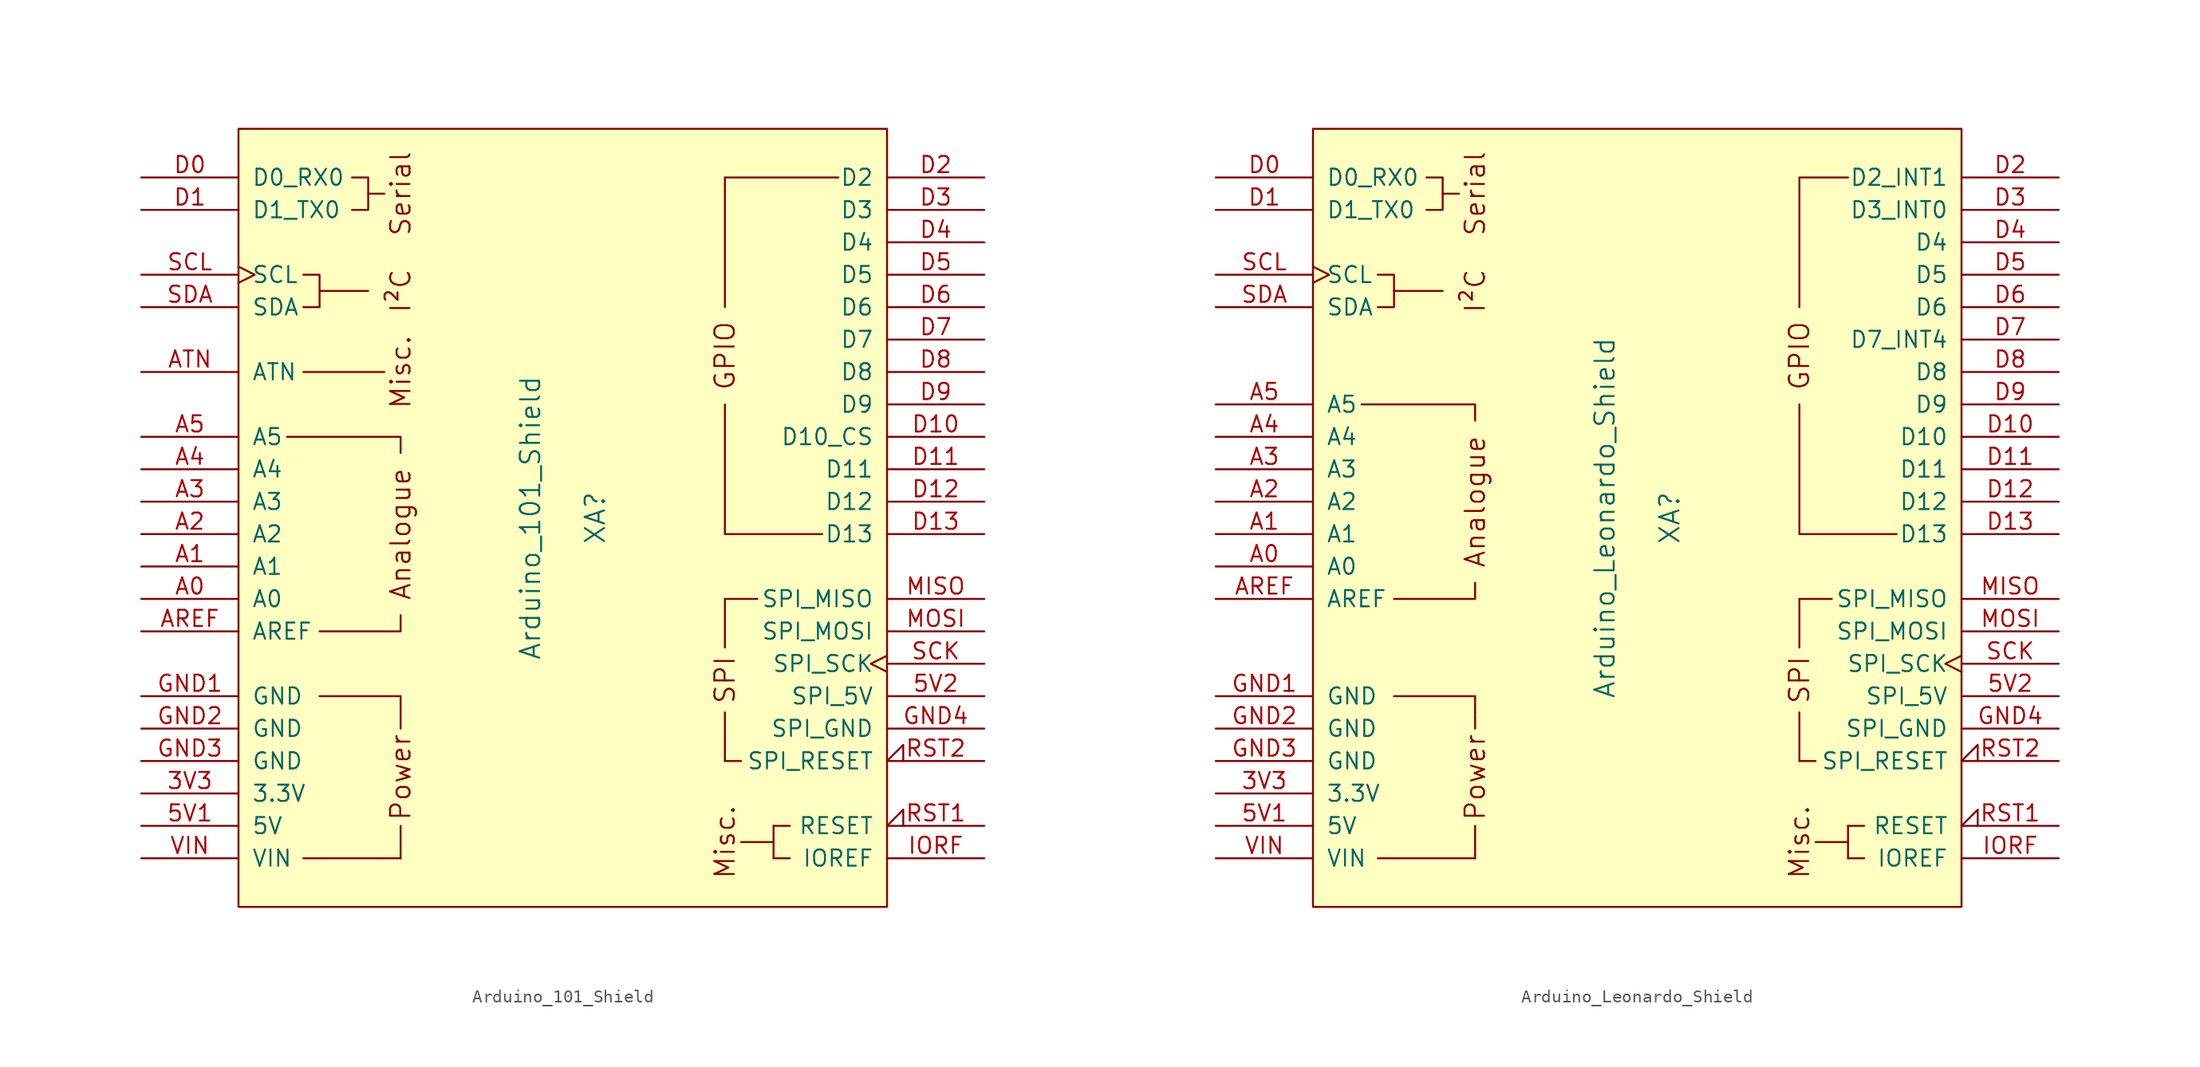
<source format=kicad_sym>
(kicad_symbol_lib
  (version 20220914)
  (generator kicad_symbol_editor)
  (symbol "Arduino_101_Shield"
    (pin_names
      (offset 1.016))
    (property "Reference" "XA"
      (at 2.54 0 90)
      (effects (font (size 1.524 1.524))))
    (property "Value" "Arduino_101_Shield"
      (at -2.54 0 90)
      (effects (font (size 1.524 1.524))))
    (symbol "Arduino_101_Shield_0_0"
      (rectangle (start -25.4 30.48) (end 25.4 -30.48) (stroke (width 0) (type solid)) (fill (type background)))
      (rectangle (start -20.32 -26.67) (end -12.7 -26.67) (stroke (width 0) (type solid)) (fill (type none)))
      (rectangle (start -19.05 -13.97) (end -12.7 -13.97) (stroke (width 0) (type solid)) (fill (type none)))
      (polyline (pts (xy -19.05 17.78) (xy -15.24 17.78)) (stroke (width 0) (type solid)) (fill (type none)))
      (polyline (pts (xy -15.24 25.4) (xy -13.97 25.4)) (stroke (width 0) (type solid)) (fill (type none)))
      (polyline (pts (xy -13.97 11.43) (xy -20.32 11.43)) (stroke (width 0) (type solid)) (fill (type none)))
      (polyline (pts (xy -12.7 -26.67) (xy -12.7 -24.13)) (stroke (width 0) (type solid)) (fill (type none)))
      (polyline (pts (xy -12.7 -15.24) (xy -12.7 -16.51)) (stroke (width 0) (type solid)) (fill (type none)))
      (polyline (pts (xy -12.7 -13.97) (xy -12.7 -15.24)) (stroke (width 0) (type solid)) (fill (type none)))
      (polyline (pts (xy -12.7 -7.62) (xy -12.7 -8.89) (xy -19.05 -8.89)) (stroke (width 0) (type solid)) (fill (type none)))
      (polyline (pts (xy -12.7 5.08) (xy -12.7 6.35) (xy -21.59 6.35)) (stroke (width 0) (type solid)) (fill (type none)))
      (polyline (pts (xy 12.7 8.89) (xy 12.7 -1.27) (xy 20.32 -1.27)) (stroke (width 0) (type solid)) (fill (type none)))
      (polyline (pts (xy 12.7 16.51) (xy 12.7 26.67) (xy 21.59 26.67)) (stroke (width 0) (type solid)) (fill (type none)))
      (polyline (pts (xy -20.32 19.05) (xy -19.05 19.05) (xy -19.05 16.51) (xy -20.32 16.51)) (stroke (width 0) (type solid)) (fill (type none)))
      (polyline (pts (xy -16.51 26.67) (xy -15.24 26.67) (xy -15.24 24.13) (xy -16.51 24.13)) (stroke (width 0) (type solid)) (fill (type none)))
      (rectangle (start 12.7 -19.05) (end 12.7 -15.24) (stroke (width 0) (type solid)) (fill (type none)))
      (rectangle (start 12.7 -10.16) (end 12.7 -6.35) (stroke (width 0) (type solid)) (fill (type none)))
      (rectangle (start 13.97 -19.05) (end 12.7 -19.05) (stroke (width 0) (type solid)) (fill (type none)))
      (rectangle (start 15.24 -6.35) (end 12.7 -6.35) (stroke (width 0) (type solid)) (fill (type none)))
      (rectangle (start 16.51 -25.4) (end 13.97 -25.4) (stroke (width 0) (type solid)) (fill (type none)))
      (rectangle (start 16.51 -24.13) (end 16.51 -26.67) (stroke (width 0) (type solid)) (fill (type none)))
      (rectangle (start 17.78 -26.67) (end 16.51 -26.67) (stroke (width 0) (type solid)) (fill (type none)))
      (rectangle (start 17.78 -24.13) (end 16.51 -24.13) (stroke (width 0) (type solid)) (fill (type none)))
      (text "Analogue" (at -12.7 -1.27 900) (effects (font (size 1.524 1.524))))
      (text "I²C" (at -12.7 17.78 900) (effects (font (size 1.524 1.524))))
      (text "Misc." (at -12.7 11.43 900) (effects (font (size 1.524 1.524))))
      (text "Misc." (at 12.7 -25.4 900) (effects (font (size 1.524 1.524))))
      (text "Power" (at -12.7 -20.32 900) (effects (font (size 1.524 1.524))))
      (text "Serial" (at -12.7 25.4 900) (effects (font (size 1.524 1.524))))
      (text "SPI" (at 12.7 -12.7 900) (effects (font (size 1.524 1.524)))))
    (symbol "Arduino_101_Shield_1_0"
      (text "GPIO" (at 12.7 12.7 900) (effects (font (size 1.524 1.524)))))
    (symbol "Arduino_101_Shield_1_1"
      (pin power_in line (at -33.02 -21.59 0) (length 7.62) (name "3.3V" (effects (font (size 1.27 1.27)))) (number "3V3" (effects (font (size 1.27 1.27)))))
      (pin power_in line (at -33.02 -24.13 0) (length 7.62) (name "5V" (effects (font (size 1.27 1.27)))) (number "5V1" (effects (font (size 1.27 1.27)))))
      (pin power_in line (at 33.02 -13.97 180) (length 7.62) (name "SPI_5V" (effects (font (size 1.27 1.27)))) (number "5V2" (effects (font (size 1.27 1.27)))))
      (pin bidirectional line (at -33.02 -6.35 0) (length 7.62) (name "A0" (effects (font (size 1.27 1.27)))) (number "A0" (effects (font (size 1.27 1.27)))))
      (pin bidirectional line (at -33.02 -3.81 0) (length 7.62) (name "A1" (effects (font (size 1.27 1.27)))) (number "A1" (effects (font (size 1.27 1.27)))))
      (pin bidirectional line (at -33.02 -1.27 0) (length 7.62) (name "A2" (effects (font (size 1.27 1.27)))) (number "A2" (effects (font (size 1.27 1.27)))))
      (pin bidirectional line (at -33.02 1.27 0) (length 7.62) (name "A3" (effects (font (size 1.27 1.27)))) (number "A3" (effects (font (size 1.27 1.27)))))
      (pin bidirectional line (at -33.02 3.81 0) (length 7.62) (name "A4" (effects (font (size 1.27 1.27)))) (number "A4" (effects (font (size 1.27 1.27)))))
      (pin bidirectional line (at -33.02 6.35 0) (length 7.62) (name "A5" (effects (font (size 1.27 1.27)))) (number "A5" (effects (font (size 1.27 1.27)))))
      (pin input line (at -33.02 -8.89 0) (length 7.62) (name "AREF" (effects (font (size 1.27 1.27)))) (number "AREF" (effects (font (size 1.27 1.27)))))
      (pin bidirectional line (at -33.02 11.43 0) (length 7.62) (name "ATN" (effects (font (size 1.27 1.27)))) (number "ATN" (effects (font (size 1.27 1.27)))))
      (pin bidirectional line (at -33.02 26.67 0) (length 7.62) (name "D0_RX0" (effects (font (size 1.27 1.27)))) (number "D0" (effects (font (size 1.27 1.27)))))
      (pin bidirectional line (at -33.02 24.13 0) (length 7.62) (name "D1_TX0" (effects (font (size 1.27 1.27)))) (number "D1" (effects (font (size 1.27 1.27)))))
      (pin bidirectional line (at 33.02 6.35 180) (length 7.62) (name "D10_CS" (effects (font (size 1.27 1.27)))) (number "D10" (effects (font (size 1.27 1.27)))))
      (pin bidirectional line (at 33.02 3.81 180) (length 7.62) (name "D11" (effects (font (size 1.27 1.27)))) (number "D11" (effects (font (size 1.27 1.27)))))
      (pin bidirectional line (at 33.02 1.27 180) (length 7.62) (name "D12" (effects (font (size 1.27 1.27)))) (number "D12" (effects (font (size 1.27 1.27)))))
      (pin bidirectional line (at 33.02 -1.27 180) (length 7.62) (name "D13" (effects (font (size 1.27 1.27)))) (number "D13" (effects (font (size 1.27 1.27)))))
      (pin bidirectional line (at 33.02 26.67 180) (length 7.62) (name "D2" (effects (font (size 1.27 1.27)))) (number "D2" (effects (font (size 1.27 1.27)))))
      (pin bidirectional line (at 33.02 24.13 180) (length 7.62) (name "D3" (effects (font (size 1.27 1.27)))) (number "D3" (effects (font (size 1.27 1.27)))))
      (pin bidirectional line (at 33.02 21.59 180) (length 7.62) (name "D4" (effects (font (size 1.27 1.27)))) (number "D4" (effects (font (size 1.27 1.27)))))
      (pin bidirectional line (at 33.02 19.05 180) (length 7.62) (name "D5" (effects (font (size 1.27 1.27)))) (number "D5" (effects (font (size 1.27 1.27)))))
      (pin bidirectional line (at 33.02 16.51 180) (length 7.62) (name "D6" (effects (font (size 1.27 1.27)))) (number "D6" (effects (font (size 1.27 1.27)))))
      (pin bidirectional line (at 33.02 13.97 180) (length 7.62) (name "D7" (effects (font (size 1.27 1.27)))) (number "D7" (effects (font (size 1.27 1.27)))))
      (pin bidirectional line (at 33.02 11.43 180) (length 7.62) (name "D8" (effects (font (size 1.27 1.27)))) (number "D8" (effects (font (size 1.27 1.27)))))
      (pin bidirectional line (at 33.02 8.89 180) (length 7.62) (name "D9" (effects (font (size 1.27 1.27)))) (number "D9" (effects (font (size 1.27 1.27)))))
      (pin power_in line (at -33.02 -13.97 0) (length 7.62) (name "GND" (effects (font (size 1.27 1.27)))) (number "GND1" (effects (font (size 1.27 1.27)))))
      (pin power_in line (at -33.02 -16.51 0) (length 7.62) (name "GND" (effects (font (size 1.27 1.27)))) (number "GND2" (effects (font (size 1.27 1.27)))))
      (pin power_in line (at -33.02 -19.05 0) (length 7.62) (name "GND" (effects (font (size 1.27 1.27)))) (number "GND3" (effects (font (size 1.27 1.27)))))
      (pin power_in line (at 33.02 -16.51 180) (length 7.62) (name "SPI_GND" (effects (font (size 1.27 1.27)))) (number "GND4" (effects (font (size 1.27 1.27)))))
      (pin output line (at 33.02 -26.67 180) (length 7.62) (name "IOREF" (effects (font (size 1.27 1.27)))) (number "IORF" (effects (font (size 1.27 1.27)))))
      (pin input line (at 33.02 -6.35 180) (length 7.62) (name "SPI_MISO" (effects (font (size 1.27 1.27)))) (number "MISO" (effects (font (size 1.27 1.27)))))
      (pin output line (at 33.02 -8.89 180) (length 7.62) (name "SPI_MOSI" (effects (font (size 1.27 1.27)))) (number "MOSI" (effects (font (size 1.27 1.27)))))
      (pin open_collector input_low (at 33.02 -24.13 180) (length 7.62) (name "RESET" (effects (font (size 1.27 1.27)))) (number "RST1" (effects (font (size 1.27 1.27)))))
      (pin open_collector input_low (at 33.02 -19.05 180) (length 7.62) (name "SPI_RESET" (effects (font (size 1.27 1.27)))) (number "RST2" (effects (font (size 1.27 1.27)))))
      (pin output clock (at 33.02 -11.43 180) (length 7.62) (name "SPI_SCK" (effects (font (size 1.27 1.27)))) (number "SCK" (effects (font (size 1.27 1.27)))))
      (pin bidirectional clock (at -33.02 19.05 0) (length 7.62) (name "SCL" (effects (font (size 1.27 1.27)))) (number "SCL" (effects (font (size 1.27 1.27)))))
      (pin bidirectional line (at -33.02 16.51 0) (length 7.62) (name "SDA" (effects (font (size 1.27 1.27)))) (number "SDA" (effects (font (size 1.27 1.27)))))
      (pin power_in line (at -33.02 -26.67 0) (length 7.62) (name "VIN" (effects (font (size 1.27 1.27)))) (number "VIN" (effects (font (size 1.27 1.27)))))))
  (symbol "Arduino_Leonardo_Shield"
    (pin_names
      (offset 1.016))
    (property "Reference" "XA"
      (at 2.54 0 90)
      (effects (font (size 1.524 1.524))))
    (property "Value" "Arduino_Leonardo_Shield"
      (at -2.54 0 90)
      (effects (font (size 1.524 1.524))))
    (symbol "Arduino_Leonardo_Shield_0_0"
      (rectangle (start -25.4 30.48) (end 25.4 -30.48) (stroke (width 0) (type solid)) (fill (type background)))
      (rectangle (start -20.32 -26.67) (end -12.7 -26.67) (stroke (width 0) (type solid)) (fill (type none)))
      (rectangle (start -19.05 -13.97) (end -12.7 -13.97) (stroke (width 0) (type solid)) (fill (type none)))
      (polyline (pts (xy -19.05 17.78) (xy -15.24 17.78)) (stroke (width 0) (type solid)) (fill (type none)))
      (polyline (pts (xy -15.24 25.4) (xy -13.97 25.4)) (stroke (width 0) (type solid)) (fill (type none)))
      (polyline (pts (xy -12.7 -26.67) (xy -12.7 -24.13)) (stroke (width 0) (type solid)) (fill (type none)))
      (polyline (pts (xy -12.7 -15.24) (xy -12.7 -16.51)) (stroke (width 0) (type solid)) (fill (type none)))
      (polyline (pts (xy -12.7 -13.97) (xy -12.7 -15.24)) (stroke (width 0) (type solid)) (fill (type none)))
      (polyline (pts (xy -12.7 -5.08) (xy -12.7 -6.35) (xy -19.05 -6.35)) (stroke (width 0) (type solid)) (fill (type none)))
      (polyline (pts (xy -12.7 7.62) (xy -12.7 8.89) (xy -21.59 8.89)) (stroke (width 0) (type solid)) (fill (type none)))
      (polyline (pts (xy 12.7 8.89) (xy 12.7 -1.27) (xy 20.32 -1.27)) (stroke (width 0) (type solid)) (fill (type none)))
      (polyline (pts (xy 12.7 16.51) (xy 12.7 26.67) (xy 16.51 26.67)) (stroke (width 0) (type solid)) (fill (type none)))
      (polyline (pts (xy -20.32 19.05) (xy -19.05 19.05) (xy -19.05 16.51) (xy -20.32 16.51)) (stroke (width 0) (type solid)) (fill (type none)))
      (polyline (pts (xy -16.51 26.67) (xy -15.24 26.67) (xy -15.24 24.13) (xy -16.51 24.13)) (stroke (width 0) (type solid)) (fill (type none)))
      (rectangle (start 12.7 -19.05) (end 12.7 -15.24) (stroke (width 0) (type solid)) (fill (type none)))
      (rectangle (start 12.7 -10.16) (end 12.7 -6.35) (stroke (width 0) (type solid)) (fill (type none)))
      (rectangle (start 13.97 -19.05) (end 12.7 -19.05) (stroke (width 0) (type solid)) (fill (type none)))
      (rectangle (start 15.24 -6.35) (end 12.7 -6.35) (stroke (width 0) (type solid)) (fill (type none)))
      (rectangle (start 16.51 -25.4) (end 13.97 -25.4) (stroke (width 0) (type solid)) (fill (type none)))
      (rectangle (start 16.51 -24.13) (end 16.51 -26.67) (stroke (width 0) (type solid)) (fill (type none)))
      (rectangle (start 17.78 -26.67) (end 16.51 -26.67) (stroke (width 0) (type solid)) (fill (type none)))
      (rectangle (start 17.78 -24.13) (end 16.51 -24.13) (stroke (width 0) (type solid)) (fill (type none)))
      (text "Analogue" (at -12.7 1.27 900) (effects (font (size 1.524 1.524))))
      (text "I²C" (at -12.7 17.78 900) (effects (font (size 1.524 1.524))))
      (text "Misc." (at 12.7 -25.4 900) (effects (font (size 1.524 1.524))))
      (text "Power" (at -12.7 -20.32 900) (effects (font (size 1.524 1.524))))
      (text "Serial" (at -12.7 25.4 900) (effects (font (size 1.524 1.524))))
      (text "SPI" (at 12.7 -12.7 900) (effects (font (size 1.524 1.524)))))
    (symbol "Arduino_Leonardo_Shield_1_0"
      (text "GPIO" (at 12.7 12.7 900) (effects (font (size 1.524 1.524)))))
    (symbol "Arduino_Leonardo_Shield_1_1"
      (pin power_in line (at -33.02 -21.59 0) (length 7.62) (name "3.3V" (effects (font (size 1.27 1.27)))) (number "3V3" (effects (font (size 1.27 1.27)))))
      (pin power_in line (at -33.02 -24.13 0) (length 7.62) (name "5V" (effects (font (size 1.27 1.27)))) (number "5V1" (effects (font (size 1.27 1.27)))))
      (pin power_in line (at 33.02 -13.97 180) (length 7.62) (name "SPI_5V" (effects (font (size 1.27 1.27)))) (number "5V2" (effects (font (size 1.27 1.27)))))
      (pin bidirectional line (at -33.02 -3.81 0) (length 7.62) (name "A0" (effects (font (size 1.27 1.27)))) (number "A0" (effects (font (size 1.27 1.27)))))
      (pin bidirectional line (at -33.02 -1.27 0) (length 7.62) (name "A1" (effects (font (size 1.27 1.27)))) (number "A1" (effects (font (size 1.27 1.27)))))
      (pin bidirectional line (at -33.02 1.27 0) (length 7.62) (name "A2" (effects (font (size 1.27 1.27)))) (number "A2" (effects (font (size 1.27 1.27)))))
      (pin bidirectional line (at -33.02 3.81 0) (length 7.62) (name "A3" (effects (font (size 1.27 1.27)))) (number "A3" (effects (font (size 1.27 1.27)))))
      (pin bidirectional line (at -33.02 6.35 0) (length 7.62) (name "A4" (effects (font (size 1.27 1.27)))) (number "A4" (effects (font (size 1.27 1.27)))))
      (pin bidirectional line (at -33.02 8.89 0) (length 7.62) (name "A5" (effects (font (size 1.27 1.27)))) (number "A5" (effects (font (size 1.27 1.27)))))
      (pin input line (at -33.02 -6.35 0) (length 7.62) (name "AREF" (effects (font (size 1.27 1.27)))) (number "AREF" (effects (font (size 1.27 1.27)))))
      (pin bidirectional line (at -33.02 26.67 0) (length 7.62) (name "D0_RX0" (effects (font (size 1.27 1.27)))) (number "D0" (effects (font (size 1.27 1.27)))))
      (pin bidirectional line (at -33.02 24.13 0) (length 7.62) (name "D1_TX0" (effects (font (size 1.27 1.27)))) (number "D1" (effects (font (size 1.27 1.27)))))
      (pin bidirectional line (at 33.02 6.35 180) (length 7.62) (name "D10" (effects (font (size 1.27 1.27)))) (number "D10" (effects (font (size 1.27 1.27)))))
      (pin bidirectional line (at 33.02 3.81 180) (length 7.62) (name "D11" (effects (font (size 1.27 1.27)))) (number "D11" (effects (font (size 1.27 1.27)))))
      (pin bidirectional line (at 33.02 1.27 180) (length 7.62) (name "D12" (effects (font (size 1.27 1.27)))) (number "D12" (effects (font (size 1.27 1.27)))))
      (pin bidirectional line (at 33.02 -1.27 180) (length 7.62) (name "D13" (effects (font (size 1.27 1.27)))) (number "D13" (effects (font (size 1.27 1.27)))))
      (pin bidirectional line (at 33.02 26.67 180) (length 7.62) (name "D2_INT1" (effects (font (size 1.27 1.27)))) (number "D2" (effects (font (size 1.27 1.27)))))
      (pin bidirectional line (at 33.02 24.13 180) (length 7.62) (name "D3_INT0" (effects (font (size 1.27 1.27)))) (number "D3" (effects (font (size 1.27 1.27)))))
      (pin bidirectional line (at 33.02 21.59 180) (length 7.62) (name "D4" (effects (font (size 1.27 1.27)))) (number "D4" (effects (font (size 1.27 1.27)))))
      (pin bidirectional line (at 33.02 19.05 180) (length 7.62) (name "D5" (effects (font (size 1.27 1.27)))) (number "D5" (effects (font (size 1.27 1.27)))))
      (pin bidirectional line (at 33.02 16.51 180) (length 7.62) (name "D6" (effects (font (size 1.27 1.27)))) (number "D6" (effects (font (size 1.27 1.27)))))
      (pin bidirectional line (at 33.02 13.97 180) (length 7.62) (name "D7_INT4" (effects (font (size 1.27 1.27)))) (number "D7" (effects (font (size 1.27 1.27)))))
      (pin bidirectional line (at 33.02 11.43 180) (length 7.62) (name "D8" (effects (font (size 1.27 1.27)))) (number "D8" (effects (font (size 1.27 1.27)))))
      (pin bidirectional line (at 33.02 8.89 180) (length 7.62) (name "D9" (effects (font (size 1.27 1.27)))) (number "D9" (effects (font (size 1.27 1.27)))))
      (pin power_in line (at -33.02 -13.97 0) (length 7.62) (name "GND" (effects (font (size 1.27 1.27)))) (number "GND1" (effects (font (size 1.27 1.27)))))
      (pin power_in line (at -33.02 -16.51 0) (length 7.62) (name "GND" (effects (font (size 1.27 1.27)))) (number "GND2" (effects (font (size 1.27 1.27)))))
      (pin power_in line (at -33.02 -19.05 0) (length 7.62) (name "GND" (effects (font (size 1.27 1.27)))) (number "GND3" (effects (font (size 1.27 1.27)))))
      (pin power_in line (at 33.02 -16.51 180) (length 7.62) (name "SPI_GND" (effects (font (size 1.27 1.27)))) (number "GND4" (effects (font (size 1.27 1.27)))))
      (pin output line (at 33.02 -26.67 180) (length 7.62) (name "IOREF" (effects (font (size 1.27 1.27)))) (number "IORF" (effects (font (size 1.27 1.27)))))
      (pin input line (at 33.02 -6.35 180) (length 7.62) (name "SPI_MISO" (effects (font (size 1.27 1.27)))) (number "MISO" (effects (font (size 1.27 1.27)))))
      (pin output line (at 33.02 -8.89 180) (length 7.62) (name "SPI_MOSI" (effects (font (size 1.27 1.27)))) (number "MOSI" (effects (font (size 1.27 1.27)))))
      (pin open_collector input_low (at 33.02 -24.13 180) (length 7.62) (name "RESET" (effects (font (size 1.27 1.27)))) (number "RST1" (effects (font (size 1.27 1.27)))))
      (pin open_collector input_low (at 33.02 -19.05 180) (length 7.62) (name "SPI_RESET" (effects (font (size 1.27 1.27)))) (number "RST2" (effects (font (size 1.27 1.27)))))
      (pin output clock (at 33.02 -11.43 180) (length 7.62) (name "SPI_SCK" (effects (font (size 1.27 1.27)))) (number "SCK" (effects (font (size 1.27 1.27)))))
      (pin bidirectional clock (at -33.02 19.05 0) (length 7.62) (name "SCL" (effects (font (size 1.27 1.27)))) (number "SCL" (effects (font (size 1.27 1.27)))))
      (pin bidirectional line (at -33.02 16.51 0) (length 7.62) (name "SDA" (effects (font (size 1.27 1.27)))) (number "SDA" (effects (font (size 1.27 1.27)))))
      (pin power_in line (at -33.02 -26.67 0) (length 7.62) (name "VIN" (effects (font (size 1.27 1.27)))) (number "VIN" (effects (font (size 1.27 1.27))))))))
</source>
